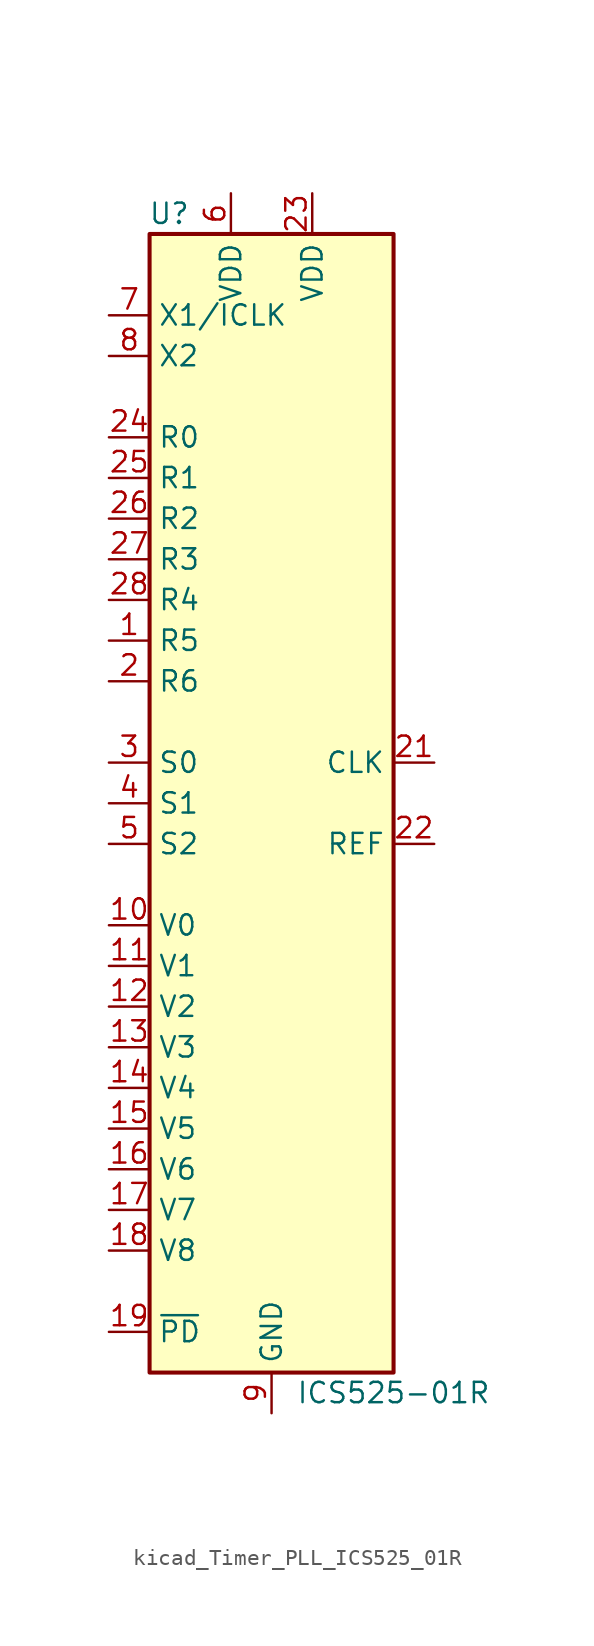
<source format=kicad_sym>
(kicad_symbol_lib
  (version 20220914)
  (generator kicad_symbol_editor)
  (symbol "kicad_Timer_PLL_ICS525_01R"
    (property "Reference" "U"
      (at -5.08 36.83 0)
      (effects (font (size 1.27 1.27)) (justify right)))
    (property "Value" "ICS525-01R"
      (at 7.62 -36.83 0)
      (effects (font (size 1.27 1.27))))
    (symbol "kicad_Timer_PLL_ICS525_01R_0_1"
      (rectangle (start -7.62 35.56) (end 7.62 -35.56) (stroke (width 0.254) (type default)) (fill (type background))))
    (symbol "kicad_Timer_PLL_ICS525_01R_1_1"
      (pin input line (at -10.16 10.16 0) (length 2.54) (name "R5" (effects (font (size 1.27 1.27)))) (number "1" (effects (font (size 1.27 1.27)))))
      (pin input line (at -10.16 -7.62 0) (length 2.54) (name "V0" (effects (font (size 1.27 1.27)))) (number "10" (effects (font (size 1.27 1.27)))))
      (pin input line (at -10.16 -10.16 0) (length 2.54) (name "V1" (effects (font (size 1.27 1.27)))) (number "11" (effects (font (size 1.27 1.27)))))
      (pin input line (at -10.16 -12.7 0) (length 2.54) (name "V2" (effects (font (size 1.27 1.27)))) (number "12" (effects (font (size 1.27 1.27)))))
      (pin input line (at -10.16 -15.24 0) (length 2.54) (name "V3" (effects (font (size 1.27 1.27)))) (number "13" (effects (font (size 1.27 1.27)))))
      (pin input line (at -10.16 -17.78 0) (length 2.54) (name "V4" (effects (font (size 1.27 1.27)))) (number "14" (effects (font (size 1.27 1.27)))))
      (pin input line (at -10.16 -20.32 0) (length 2.54) (name "V5" (effects (font (size 1.27 1.27)))) (number "15" (effects (font (size 1.27 1.27)))))
      (pin input line (at -10.16 -22.86 0) (length 2.54) (name "V6" (effects (font (size 1.27 1.27)))) (number "16" (effects (font (size 1.27 1.27)))))
      (pin input line (at -10.16 -25.4 0) (length 2.54) (name "V7" (effects (font (size 1.27 1.27)))) (number "17" (effects (font (size 1.27 1.27)))))
      (pin input line (at -10.16 -27.94 0) (length 2.54) (name "V8" (effects (font (size 1.27 1.27)))) (number "18" (effects (font (size 1.27 1.27)))))
      (pin input line (at -10.16 -33.02 0) (length 2.54) (name "~{PD}" (effects (font (size 1.27 1.27)))) (number "19" (effects (font (size 1.27 1.27)))))
      (pin input line (at -10.16 7.62 0) (length 2.54) (name "R6" (effects (font (size 1.27 1.27)))) (number "2" (effects (font (size 1.27 1.27)))))
      (pin passive line (at 0 -38.1 90) (length 2.54) hide (name "GND" (effects (font (size 1.27 1.27)))) (number "20" (effects (font (size 1.27 1.27)))))
      (pin tri_state line (at 10.16 2.54 180) (length 2.54) (name "CLK" (effects (font (size 1.27 1.27)))) (number "21" (effects (font (size 1.27 1.27)))))
      (pin tri_state line (at 10.16 -2.54 180) (length 2.54) (name "REF" (effects (font (size 1.27 1.27)))) (number "22" (effects (font (size 1.27 1.27)))))
      (pin power_in line (at 2.54 38.1 270) (length 2.54) (name "VDD" (effects (font (size 1.27 1.27)))) (number "23" (effects (font (size 1.27 1.27)))))
      (pin input line (at -10.16 22.86 0) (length 2.54) (name "R0" (effects (font (size 1.27 1.27)))) (number "24" (effects (font (size 1.27 1.27)))))
      (pin input line (at -10.16 20.32 0) (length 2.54) (name "R1" (effects (font (size 1.27 1.27)))) (number "25" (effects (font (size 1.27 1.27)))))
      (pin input line (at -10.16 17.78 0) (length 2.54) (name "R2" (effects (font (size 1.27 1.27)))) (number "26" (effects (font (size 1.27 1.27)))))
      (pin input line (at -10.16 15.24 0) (length 2.54) (name "R3" (effects (font (size 1.27 1.27)))) (number "27" (effects (font (size 1.27 1.27)))))
      (pin input line (at -10.16 12.7 0) (length 2.54) (name "R4" (effects (font (size 1.27 1.27)))) (number "28" (effects (font (size 1.27 1.27)))))
      (pin input line (at -10.16 2.54 0) (length 2.54) (name "S0" (effects (font (size 1.27 1.27)))) (number "3" (effects (font (size 1.27 1.27)))))
      (pin input line (at -10.16 0 0) (length 2.54) (name "S1" (effects (font (size 1.27 1.27)))) (number "4" (effects (font (size 1.27 1.27)))))
      (pin input line (at -10.16 -2.54 0) (length 2.54) (name "S2" (effects (font (size 1.27 1.27)))) (number "5" (effects (font (size 1.27 1.27)))))
      (pin power_in line (at -2.54 38.1 270) (length 2.54) (name "VDD" (effects (font (size 1.27 1.27)))) (number "6" (effects (font (size 1.27 1.27)))))
      (pin input line (at -10.16 30.48 0) (length 2.54) (name "X1/ICLK" (effects (font (size 1.27 1.27)))) (number "7" (effects (font (size 1.27 1.27)))))
      (pin output line (at -10.16 27.94 0) (length 2.54) (name "X2" (effects (font (size 1.27 1.27)))) (number "8" (effects (font (size 1.27 1.27)))))
      (pin power_in line (at 0 -38.1 90) (length 2.54) (name "GND" (effects (font (size 1.27 1.27)))) (number "9" (effects (font (size 1.27 1.27))))))))
</source>
